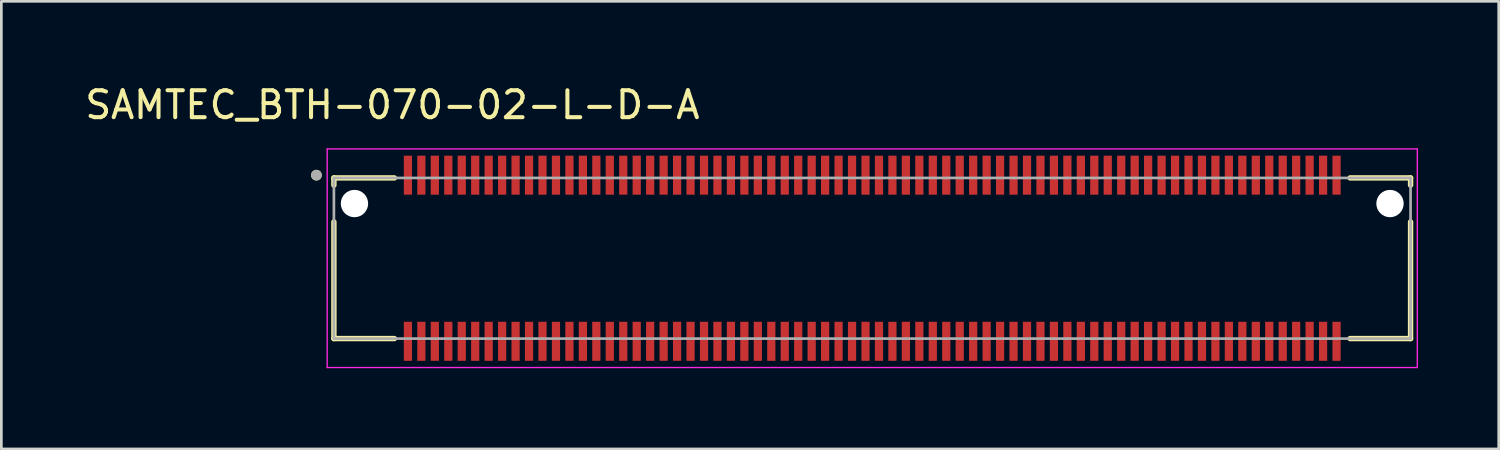
<source format=kicad_pcb>
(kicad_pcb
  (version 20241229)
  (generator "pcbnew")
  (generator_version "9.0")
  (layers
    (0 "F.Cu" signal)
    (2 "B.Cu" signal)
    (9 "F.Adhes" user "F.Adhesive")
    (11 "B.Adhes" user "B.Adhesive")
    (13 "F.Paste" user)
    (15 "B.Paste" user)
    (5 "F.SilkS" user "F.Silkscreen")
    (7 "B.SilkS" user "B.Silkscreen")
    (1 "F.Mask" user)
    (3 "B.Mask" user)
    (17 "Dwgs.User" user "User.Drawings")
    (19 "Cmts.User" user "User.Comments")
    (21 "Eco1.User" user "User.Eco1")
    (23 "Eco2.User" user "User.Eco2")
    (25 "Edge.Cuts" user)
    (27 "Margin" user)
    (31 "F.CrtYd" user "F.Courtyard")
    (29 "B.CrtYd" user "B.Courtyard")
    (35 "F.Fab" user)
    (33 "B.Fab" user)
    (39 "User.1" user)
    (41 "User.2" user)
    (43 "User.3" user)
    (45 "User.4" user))
  (footprint "SAMTEC_BTH-070-02-L-D-A"
    (layer "F.Cu")
    (at 12.105 3.458)
    (property "Reference" "SAMTEC_BTH-070-02-L-D-A" (at -0.575 -2.61 0) (layer "F.SilkS") (effects (font (size 1 1) (thickness 0.15))))
    (attr smd)
    (fp_line (start -2.75 0.102) (end -2.75 0.372) (stroke (width 0.2) (type solid)) (layer "F.SilkS"))
    (fp_line (start -2.75 0.102) (end -0.502 0.102) (stroke (width 0.2) (type solid)) (layer "F.SilkS"))
    (fp_line (start -2.75 1.736) (end -2.75 6.071) (stroke (width 0.2) (type solid)) (layer "F.SilkS"))
    (fp_line (start -0.502 6.071) (end -2.75 6.071) (stroke (width 0.2) (type solid)) (layer "F.SilkS"))
    (fp_line (start 35.002 0.102) (end 37.25 0.102) (stroke (width 0.2) (type solid)) (layer "F.SilkS"))
    (fp_line (start 35.002 6.071) (end 37.25 6.071) (stroke (width 0.2) (type solid)) (layer "F.SilkS"))
    (fp_line (start 37.25 0.372) (end 37.25 0.102) (stroke (width 0.2) (type solid)) (layer "F.SilkS"))
    (fp_line (start 37.25 6.071) (end 37.25 1.736) (stroke (width 0.2) (type solid)) (layer "F.SilkS"))
    (fp_circle (center -3.4 0) (end -3.3 0) (stroke (width 0.2) (type solid)) (fill no) (layer "F.SilkS"))
    (fp_line (start -3 -0.975) (end 37.5 -0.975) (stroke (width 0.05) (type solid)) (layer "F.CrtYd"))
    (fp_line (start -3 7.147) (end -3 -0.975) (stroke (width 0.05) (type solid)) (layer "F.CrtYd"))
    (fp_line (start 37.5 -0.975) (end 37.5 7.147) (stroke (width 0.05) (type solid)) (layer "F.CrtYd"))
    (fp_line (start 37.5 7.147) (end -3 7.147) (stroke (width 0.05) (type solid)) (layer "F.CrtYd"))
    (fp_line (start -2.75 0.102) (end 37.25 0.102) (stroke (width 0.1) (type solid)) (layer "F.Fab"))
    (fp_line (start -2.75 6.071) (end -2.75 0.102) (stroke (width 0.1) (type solid)) (layer "F.Fab"))
    (fp_line (start 37.25 0.102) (end 37.25 6.071) (stroke (width 0.1) (type solid)) (layer "F.Fab"))
    (fp_line (start 37.25 6.071) (end -2.75 6.071) (stroke (width 0.1) (type solid)) (layer "F.Fab"))
    (fp_circle (center -3.4 0) (end -3.3 0) (stroke (width 0.2) (type solid)) (fill no) (layer "F.Fab"))
    (pad "" np_thru_hole circle (at -1.986 1.054) (size 1.016 1.016) (drill 1.016) (layers "*.Cu" "*.Mask"))
    (pad "" np_thru_hole circle (at 36.486 1.054) (size 1.016 1.016) (drill 1.016) (layers "*.Cu" "*.Mask"))
    (pad "01" smd rect (at 0 0) (size 0.305 1.45) (layers "F.Cu" "F.Mask" "F.Paste"))
    (pad "02" smd rect (at 0 6.172) (size 0.305 1.45) (layers "F.Cu" "F.Mask" "F.Paste"))
    (pad "03" smd rect (at 0.5 0) (size 0.305 1.45) (layers "F.Cu" "F.Mask" "F.Paste"))
    (pad "04" smd rect (at 0.5 6.172) (size 0.305 1.45) (layers "F.Cu" "F.Mask" "F.Paste"))
    (pad "05" smd rect (at 1 0) (size 0.305 1.45) (layers "F.Cu" "F.Mask" "F.Paste"))
    (pad "06" smd rect (at 1 6.172) (size 0.305 1.45) (layers "F.Cu" "F.Mask" "F.Paste"))
    (pad "07" smd rect (at 1.5 0) (size 0.305 1.45) (layers "F.Cu" "F.Mask" "F.Paste"))
    (pad "08" smd rect (at 1.5 6.172) (size 0.305 1.45) (layers "F.Cu" "F.Mask" "F.Paste"))
    (pad "09" smd rect (at 2 0) (size 0.305 1.45) (layers "F.Cu" "F.Mask" "F.Paste"))
    (pad "10" smd rect (at 2 6.172) (size 0.305 1.45) (layers "F.Cu" "F.Mask" "F.Paste"))
    (pad "11" smd rect (at 2.5 0) (size 0.305 1.45) (layers "F.Cu" "F.Mask" "F.Paste"))
    (pad "12" smd rect (at 2.5 6.172) (size 0.305 1.45) (layers "F.Cu" "F.Mask" "F.Paste"))
    (pad "13" smd rect (at 3 0) (size 0.305 1.45) (layers "F.Cu" "F.Mask" "F.Paste"))
    (pad "14" smd rect (at 3 6.172) (size 0.305 1.45) (layers "F.Cu" "F.Mask" "F.Paste"))
    (pad "15" smd rect (at 3.5 0) (size 0.305 1.45) (layers "F.Cu" "F.Mask" "F.Paste"))
    (pad "16" smd rect (at 3.5 6.172) (size 0.305 1.45) (layers "F.Cu" "F.Mask" "F.Paste"))
    (pad "17" smd rect (at 4 0) (size 0.305 1.45) (layers "F.Cu" "F.Mask" "F.Paste"))
    (pad "18" smd rect (at 4 6.172) (size 0.305 1.45) (layers "F.Cu" "F.Mask" "F.Paste"))
    (pad "19" smd rect (at 4.5 0) (size 0.305 1.45) (layers "F.Cu" "F.Mask" "F.Paste"))
    (pad "20" smd rect (at 4.5 6.172) (size 0.305 1.45) (layers "F.Cu" "F.Mask" "F.Paste"))
    (pad "21" smd rect (at 5 0) (size 0.305 1.45) (layers "F.Cu" "F.Mask" "F.Paste"))
    (pad "22" smd rect (at 5 6.172) (size 0.305 1.45) (layers "F.Cu" "F.Mask" "F.Paste"))
    (pad "23" smd rect (at 5.5 0) (size 0.305 1.45) (layers "F.Cu" "F.Mask" "F.Paste"))
    (pad "24" smd rect (at 5.5 6.172) (size 0.305 1.45) (layers "F.Cu" "F.Mask" "F.Paste"))
    (pad "25" smd rect (at 6 0) (size 0.305 1.45) (layers "F.Cu" "F.Mask" "F.Paste"))
    (pad "26" smd rect (at 6 6.172) (size 0.305 1.45) (layers "F.Cu" "F.Mask" "F.Paste"))
    (pad "27" smd rect (at 6.5 0) (size 0.305 1.45) (layers "F.Cu" "F.Mask" "F.Paste"))
    (pad "28" smd rect (at 6.5 6.172) (size 0.305 1.45) (layers "F.Cu" "F.Mask" "F.Paste"))
    (pad "29" smd rect (at 7 0) (size 0.305 1.45) (layers "F.Cu" "F.Mask" "F.Paste"))
    (pad "30" smd rect (at 7 6.172) (size 0.305 1.45) (layers "F.Cu" "F.Mask" "F.Paste"))
    (pad "31" smd rect (at 7.5 0) (size 0.305 1.45) (layers "F.Cu" "F.Mask" "F.Paste"))
    (pad "32" smd rect (at 7.5 6.172) (size 0.305 1.45) (layers "F.Cu" "F.Mask" "F.Paste"))
    (pad "33" smd rect (at 8 0) (size 0.305 1.45) (layers "F.Cu" "F.Mask" "F.Paste"))
    (pad "34" smd rect (at 8 6.172) (size 0.305 1.45) (layers "F.Cu" "F.Mask" "F.Paste"))
    (pad "35" smd rect (at 8.5 0) (size 0.305 1.45) (layers "F.Cu" "F.Mask" "F.Paste"))
    (pad "36" smd rect (at 8.5 6.172) (size 0.305 1.45) (layers "F.Cu" "F.Mask" "F.Paste"))
    (pad "37" smd rect (at 9 0) (size 0.305 1.45) (layers "F.Cu" "F.Mask" "F.Paste"))
    (pad "38" smd rect (at 9 6.172) (size 0.305 1.45) (layers "F.Cu" "F.Mask" "F.Paste"))
    (pad "39" smd rect (at 9.5 0) (size 0.305 1.45) (layers "F.Cu" "F.Mask" "F.Paste"))
    (pad "40" smd rect (at 9.5 6.172) (size 0.305 1.45) (layers "F.Cu" "F.Mask" "F.Paste"))
    (pad "41" smd rect (at 10 0) (size 0.305 1.45) (layers "F.Cu" "F.Mask" "F.Paste"))
    (pad "42" smd rect (at 10 6.172) (size 0.305 1.45) (layers "F.Cu" "F.Mask" "F.Paste"))
    (pad "43" smd rect (at 10.5 0) (size 0.305 1.45) (layers "F.Cu" "F.Mask" "F.Paste"))
    (pad "44" smd rect (at 10.5 6.172) (size 0.305 1.45) (layers "F.Cu" "F.Mask" "F.Paste"))
    (pad "45" smd rect (at 11 0) (size 0.305 1.45) (layers "F.Cu" "F.Mask" "F.Paste"))
    (pad "46" smd rect (at 11 6.172) (size 0.305 1.45) (layers "F.Cu" "F.Mask" "F.Paste"))
    (pad "47" smd rect (at 11.5 0) (size 0.305 1.45) (layers "F.Cu" "F.Mask" "F.Paste"))
    (pad "48" smd rect (at 11.5 6.172) (size 0.305 1.45) (layers "F.Cu" "F.Mask" "F.Paste"))
    (pad "49" smd rect (at 12 0) (size 0.305 1.45) (layers "F.Cu" "F.Mask" "F.Paste"))
    (pad "50" smd rect (at 12 6.172) (size 0.305 1.45) (layers "F.Cu" "F.Mask" "F.Paste"))
    (pad "51" smd rect (at 12.5 0) (size 0.305 1.45) (layers "F.Cu" "F.Mask" "F.Paste"))
    (pad "52" smd rect (at 12.5 6.172) (size 0.305 1.45) (layers "F.Cu" "F.Mask" "F.Paste"))
    (pad "53" smd rect (at 13 0) (size 0.305 1.45) (layers "F.Cu" "F.Mask" "F.Paste"))
    (pad "54" smd rect (at 13 6.172) (size 0.305 1.45) (layers "F.Cu" "F.Mask" "F.Paste"))
    (pad "55" smd rect (at 13.5 0) (size 0.305 1.45) (layers "F.Cu" "F.Mask" "F.Paste"))
    (pad "56" smd rect (at 13.5 6.172) (size 0.305 1.45) (layers "F.Cu" "F.Mask" "F.Paste"))
    (pad "57" smd rect (at 14 0) (size 0.305 1.45) (layers "F.Cu" "F.Mask" "F.Paste"))
    (pad "58" smd rect (at 14 6.172) (size 0.305 1.45) (layers "F.Cu" "F.Mask" "F.Paste"))
    (pad "59" smd rect (at 14.5 0) (size 0.305 1.45) (layers "F.Cu" "F.Mask" "F.Paste"))
    (pad "60" smd rect (at 14.5 6.172) (size 0.305 1.45) (layers "F.Cu" "F.Mask" "F.Paste"))
    (pad "61" smd rect (at 15 0) (size 0.305 1.45) (layers "F.Cu" "F.Mask" "F.Paste"))
    (pad "62" smd rect (at 15 6.172) (size 0.305 1.45) (layers "F.Cu" "F.Mask" "F.Paste"))
    (pad "63" smd rect (at 15.5 0) (size 0.305 1.45) (layers "F.Cu" "F.Mask" "F.Paste"))
    (pad "64" smd rect (at 15.5 6.172) (size 0.305 1.45) (layers "F.Cu" "F.Mask" "F.Paste"))
    (pad "65" smd rect (at 16 0) (size 0.305 1.45) (layers "F.Cu" "F.Mask" "F.Paste"))
    (pad "66" smd rect (at 16 6.172) (size 0.305 1.45) (layers "F.Cu" "F.Mask" "F.Paste"))
    (pad "67" smd rect (at 16.5 0) (size 0.305 1.45) (layers "F.Cu" "F.Mask" "F.Paste"))
    (pad "68" smd rect (at 16.5 6.172) (size 0.305 1.45) (layers "F.Cu" "F.Mask" "F.Paste"))
    (pad "69" smd rect (at 17 0) (size 0.305 1.45) (layers "F.Cu" "F.Mask" "F.Paste"))
    (pad "70" smd rect (at 17 6.172) (size 0.305 1.45) (layers "F.Cu" "F.Mask" "F.Paste"))
    (pad "71" smd rect (at 17.5 0) (size 0.305 1.45) (layers "F.Cu" "F.Mask" "F.Paste"))
    (pad "72" smd rect (at 17.5 6.172) (size 0.305 1.45) (layers "F.Cu" "F.Mask" "F.Paste"))
    (pad "73" smd rect (at 18 0) (size 0.305 1.45) (layers "F.Cu" "F.Mask" "F.Paste"))
    (pad "74" smd rect (at 18 6.172) (size 0.305 1.45) (layers "F.Cu" "F.Mask" "F.Paste"))
    (pad "75" smd rect (at 18.5 0) (size 0.305 1.45) (layers "F.Cu" "F.Mask" "F.Paste"))
    (pad "76" smd rect (at 18.5 6.172) (size 0.305 1.45) (layers "F.Cu" "F.Mask" "F.Paste"))
    (pad "77" smd rect (at 19 0) (size 0.305 1.45) (layers "F.Cu" "F.Mask" "F.Paste"))
    (pad "78" smd rect (at 19 6.172) (size 0.305 1.45) (layers "F.Cu" "F.Mask" "F.Paste"))
    (pad "79" smd rect (at 19.5 0) (size 0.305 1.45) (layers "F.Cu" "F.Mask" "F.Paste"))
    (pad "80" smd rect (at 19.5 6.172) (size 0.305 1.45) (layers "F.Cu" "F.Mask" "F.Paste"))
    (pad "81" smd rect (at 20 0) (size 0.305 1.45) (layers "F.Cu" "F.Mask" "F.Paste"))
    (pad "82" smd rect (at 20 6.172) (size 0.305 1.45) (layers "F.Cu" "F.Mask" "F.Paste"))
    (pad "83" smd rect (at 20.5 0) (size 0.305 1.45) (layers "F.Cu" "F.Mask" "F.Paste"))
    (pad "84" smd rect (at 20.5 6.172) (size 0.305 1.45) (layers "F.Cu" "F.Mask" "F.Paste"))
    (pad "85" smd rect (at 21 0) (size 0.305 1.45) (layers "F.Cu" "F.Mask" "F.Paste"))
    (pad "86" smd rect (at 21 6.172) (size 0.305 1.45) (layers "F.Cu" "F.Mask" "F.Paste"))
    (pad "87" smd rect (at 21.5 0) (size 0.305 1.45) (layers "F.Cu" "F.Mask" "F.Paste"))
    (pad "88" smd rect (at 21.5 6.172) (size 0.305 1.45) (layers "F.Cu" "F.Mask" "F.Paste"))
    (pad "89" smd rect (at 22 0) (size 0.305 1.45) (layers "F.Cu" "F.Mask" "F.Paste"))
    (pad "90" smd rect (at 22 6.172) (size 0.305 1.45) (layers "F.Cu" "F.Mask" "F.Paste"))
    (pad "91" smd rect (at 22.5 0) (size 0.305 1.45) (layers "F.Cu" "F.Mask" "F.Paste"))
    (pad "92" smd rect (at 22.5 6.172) (size 0.305 1.45) (layers "F.Cu" "F.Mask" "F.Paste"))
    (pad "93" smd rect (at 23 0) (size 0.305 1.45) (layers "F.Cu" "F.Mask" "F.Paste"))
    (pad "94" smd rect (at 23 6.172) (size 0.305 1.45) (layers "F.Cu" "F.Mask" "F.Paste"))
    (pad "95" smd rect (at 23.5 0) (size 0.305 1.45) (layers "F.Cu" "F.Mask" "F.Paste"))
    (pad "96" smd rect (at 23.5 6.172) (size 0.305 1.45) (layers "F.Cu" "F.Mask" "F.Paste"))
    (pad "97" smd rect (at 24 0) (size 0.305 1.45) (layers "F.Cu" "F.Mask" "F.Paste"))
    (pad "98" smd rect (at 24 6.172) (size 0.305 1.45) (layers "F.Cu" "F.Mask" "F.Paste"))
    (pad "99" smd rect (at 24.5 0) (size 0.305 1.45) (layers "F.Cu" "F.Mask" "F.Paste"))
    (pad "100" smd rect (at 24.5 6.172) (size 0.305 1.45) (layers "F.Cu" "F.Mask" "F.Paste"))
    (pad "101" smd rect (at 25 0) (size 0.305 1.45) (layers "F.Cu" "F.Mask" "F.Paste"))
    (pad "102" smd rect (at 25 6.172) (size 0.305 1.45) (layers "F.Cu" "F.Mask" "F.Paste"))
    (pad "103" smd rect (at 25.5 0) (size 0.305 1.45) (layers "F.Cu" "F.Mask" "F.Paste"))
    (pad "104" smd rect (at 25.5 6.172) (size 0.305 1.45) (layers "F.Cu" "F.Mask" "F.Paste"))
    (pad "105" smd rect (at 26 0) (size 0.305 1.45) (layers "F.Cu" "F.Mask" "F.Paste"))
    (pad "106" smd rect (at 26 6.172) (size 0.305 1.45) (layers "F.Cu" "F.Mask" "F.Paste"))
    (pad "107" smd rect (at 26.5 0) (size 0.305 1.45) (layers "F.Cu" "F.Mask" "F.Paste"))
    (pad "108" smd rect (at 26.5 6.172) (size 0.305 1.45) (layers "F.Cu" "F.Mask" "F.Paste"))
    (pad "109" smd rect (at 27 0) (size 0.305 1.45) (layers "F.Cu" "F.Mask" "F.Paste"))
    (pad "110" smd rect (at 27 6.172) (size 0.305 1.45) (layers "F.Cu" "F.Mask" "F.Paste"))
    (pad "111" smd rect (at 27.5 0) (size 0.305 1.45) (layers "F.Cu" "F.Mask" "F.Paste"))
    (pad "112" smd rect (at 27.5 6.172) (size 0.305 1.45) (layers "F.Cu" "F.Mask" "F.Paste"))
    (pad "113" smd rect (at 28 0) (size 0.305 1.45) (layers "F.Cu" "F.Mask" "F.Paste"))
    (pad "114" smd rect (at 28 6.172) (size 0.305 1.45) (layers "F.Cu" "F.Mask" "F.Paste"))
    (pad "115" smd rect (at 28.5 0) (size 0.305 1.45) (layers "F.Cu" "F.Mask" "F.Paste"))
    (pad "116" smd rect (at 28.5 6.172) (size 0.305 1.45) (layers "F.Cu" "F.Mask" "F.Paste"))
    (pad "117" smd rect (at 29 0) (size 0.305 1.45) (layers "F.Cu" "F.Mask" "F.Paste"))
    (pad "118" smd rect (at 29 6.172) (size 0.305 1.45) (layers "F.Cu" "F.Mask" "F.Paste"))
    (pad "119" smd rect (at 29.5 0) (size 0.305 1.45) (layers "F.Cu" "F.Mask" "F.Paste"))
    (pad "120" smd rect (at 29.5 6.172) (size 0.305 1.45) (layers "F.Cu" "F.Mask" "F.Paste"))
    (pad "121" smd rect (at 30 0) (size 0.305 1.45) (layers "F.Cu" "F.Mask" "F.Paste"))
    (pad "122" smd rect (at 30 6.172) (size 0.305 1.45) (layers "F.Cu" "F.Mask" "F.Paste"))
    (pad "123" smd rect (at 30.5 0) (size 0.305 1.45) (layers "F.Cu" "F.Mask" "F.Paste"))
    (pad "124" smd rect (at 30.5 6.172) (size 0.305 1.45) (layers "F.Cu" "F.Mask" "F.Paste"))
    (pad "125" smd rect (at 31 0) (size 0.305 1.45) (layers "F.Cu" "F.Mask" "F.Paste"))
    (pad "126" smd rect (at 31 6.172) (size 0.305 1.45) (layers "F.Cu" "F.Mask" "F.Paste"))
    (pad "127" smd rect (at 31.5 0) (size 0.305 1.45) (layers "F.Cu" "F.Mask" "F.Paste"))
    (pad "128" smd rect (at 31.5 6.172) (size 0.305 1.45) (layers "F.Cu" "F.Mask" "F.Paste"))
    (pad "129" smd rect (at 32 0) (size 0.305 1.45) (layers "F.Cu" "F.Mask" "F.Paste"))
    (pad "130" smd rect (at 32 6.172) (size 0.305 1.45) (layers "F.Cu" "F.Mask" "F.Paste"))
    (pad "131" smd rect (at 32.5 0) (size 0.305 1.45) (layers "F.Cu" "F.Mask" "F.Paste"))
    (pad "132" smd rect (at 32.5 6.172) (size 0.305 1.45) (layers "F.Cu" "F.Mask" "F.Paste"))
    (pad "133" smd rect (at 33 0) (size 0.305 1.45) (layers "F.Cu" "F.Mask" "F.Paste"))
    (pad "134" smd rect (at 33 6.172) (size 0.305 1.45) (layers "F.Cu" "F.Mask" "F.Paste"))
    (pad "135" smd rect (at 33.5 0) (size 0.305 1.45) (layers "F.Cu" "F.Mask" "F.Paste"))
    (pad "136" smd rect (at 33.5 6.172) (size 0.305 1.45) (layers "F.Cu" "F.Mask" "F.Paste"))
    (pad "137" smd rect (at 34 0) (size 0.305 1.45) (layers "F.Cu" "F.Mask" "F.Paste"))
    (pad "138" smd rect (at 34 6.172) (size 0.305 1.45) (layers "F.Cu" "F.Mask" "F.Paste"))
    (pad "139" smd rect (at 34.5 0) (size 0.305 1.45) (layers "F.Cu" "F.Mask" "F.Paste"))
    (pad "140" smd rect (at 34.5 6.172) (size 0.305 1.45) (layers "F.Cu" "F.Mask" "F.Paste")))
  (gr_rect
    (start -3 -3)
    (end 52.63 13.63)
    (stroke (width 0.1) (type default))
    (fill no)
    (layer "Edge.Cuts")))
</source>
